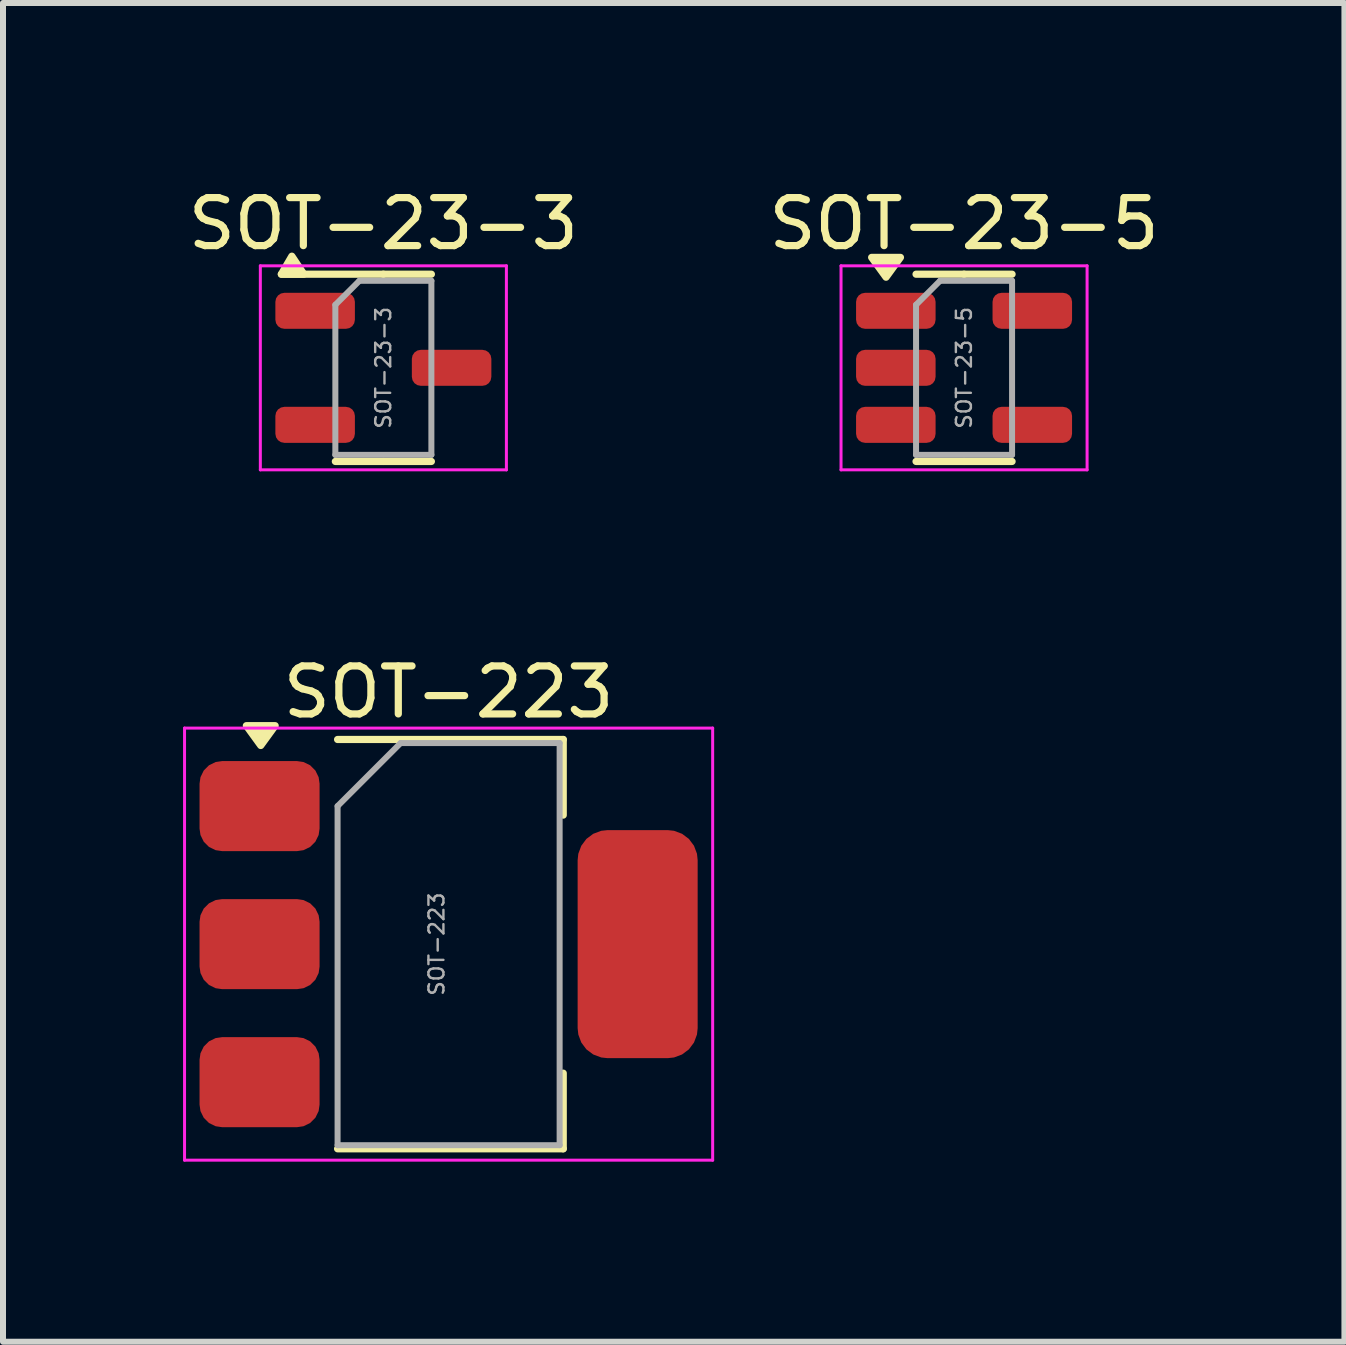
<source format=kicad_pcb>
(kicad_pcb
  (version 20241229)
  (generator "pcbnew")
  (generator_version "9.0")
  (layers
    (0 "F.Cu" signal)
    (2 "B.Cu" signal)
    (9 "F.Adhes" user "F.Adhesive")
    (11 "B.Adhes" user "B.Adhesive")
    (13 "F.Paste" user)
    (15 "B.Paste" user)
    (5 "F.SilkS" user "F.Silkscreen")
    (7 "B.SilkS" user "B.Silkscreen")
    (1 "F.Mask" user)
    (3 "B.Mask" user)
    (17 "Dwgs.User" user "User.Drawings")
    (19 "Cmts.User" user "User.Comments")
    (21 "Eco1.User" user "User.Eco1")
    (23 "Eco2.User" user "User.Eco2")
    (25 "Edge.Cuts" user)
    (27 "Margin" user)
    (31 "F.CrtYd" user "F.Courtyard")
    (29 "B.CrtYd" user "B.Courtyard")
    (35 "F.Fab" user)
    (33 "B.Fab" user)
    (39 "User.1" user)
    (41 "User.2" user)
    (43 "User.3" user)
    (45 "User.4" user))
  (footprint "SOT-223"
    (layer "F.Cu")
    (at 4.425 12.682)
    (property "Reference" "SOT-223" (at 0 -4.2 0) (layer "F.SilkS") (effects (font (size 0.8 0.8) (thickness 0.12))))
    (attr smd)
    (fp_line (start -1.85 -3.41) (end 1.91 -3.41) (stroke (width 0.12) (type solid)) (layer "F.SilkS"))
    (fp_line (start -1.85 3.41) (end 1.91 3.41) (stroke (width 0.12) (type solid)) (layer "F.SilkS"))
    (fp_line (start 1.91 -3.41) (end 1.91 -2.15) (stroke (width 0.12) (type solid)) (layer "F.SilkS"))
    (fp_line (start 1.91 3.41) (end 1.91 2.15) (stroke (width 0.12) (type solid)) (layer "F.SilkS"))
    (fp_poly (pts (xy -3.13 -3.31) (xy -3.37 -3.64) (xy -2.89 -3.64) (xy -3.13 -3.31)) (stroke (width 0.12) (type solid)) (fill yes) (layer "F.SilkS"))
    (fp_line (start -4.4 -3.6) (end -4.4 3.6) (stroke (width 0.05) (type solid)) (layer "F.CrtYd"))
    (fp_line (start -4.4 3.6) (end 4.4 3.6) (stroke (width 0.05) (type solid)) (layer "F.CrtYd"))
    (fp_line (start 4.4 -3.6) (end -4.4 -3.6) (stroke (width 0.05) (type solid)) (layer "F.CrtYd"))
    (fp_line (start 4.4 3.6) (end 4.4 -3.6) (stroke (width 0.05) (type solid)) (layer "F.CrtYd"))
    (fp_line (start -1.85 -2.3) (end -1.85 3.35) (stroke (width 0.1) (type solid)) (layer "F.Fab"))
    (fp_line (start -1.85 -2.3) (end -0.8 -3.35) (stroke (width 0.1) (type solid)) (layer "F.Fab"))
    (fp_line (start -1.85 3.35) (end 1.85 3.35) (stroke (width 0.1) (type solid)) (layer "F.Fab"))
    (fp_line (start -0.8 -3.35) (end 1.85 -3.35) (stroke (width 0.1) (type solid)) (layer "F.Fab"))
    (fp_line (start 1.85 -3.35) (end 1.85 3.35) (stroke (width 0.1) (type solid)) (layer "F.Fab"))
    (fp_text user "${REFERENCE}" (at -0.2 0 90) (layer "F.Fab") (effects (font (size 0.25 0.25) (thickness 0.04))))
    (pad "1" smd roundrect (at -3.15 -2.3) (size 2 1.5) (layers "F.Cu" "F.Mask" "F.Paste") (roundrect_rratio 0.25))
    (pad "2" smd roundrect (at -3.15 0) (size 2 1.5) (layers "F.Cu" "F.Mask" "F.Paste") (roundrect_rratio 0.25))
    (pad "3" smd roundrect (at -3.15 2.3) (size 2 1.5) (layers "F.Cu" "F.Mask" "F.Paste") (roundrect_rratio 0.25))
    (pad "4" smd roundrect (at 3.15 0) (size 2 3.8) (layers "F.Cu" "F.Mask" "F.Paste") (roundrect_rratio 0.25)))
  (footprint "SOT-23-3"
    (layer "F.Cu")
    (at 3.338 3.079)
    (property "Reference" "SOT-23-3" (at 0 -2.4 0) (layer "F.SilkS") (effects (font (size 0.8 0.8) (thickness 0.12))))
    (attr smd)
    (fp_line (start 0 -1.56) (end -1.7 -1.56) (stroke (width 0.12) (type solid)) (layer "F.SilkS"))
    (fp_line (start 0 -1.56) (end 0.8 -1.56) (stroke (width 0.12) (type solid)) (layer "F.SilkS"))
    (fp_line (start 0 1.56) (end -0.8 1.56) (stroke (width 0.12) (type solid)) (layer "F.SilkS"))
    (fp_line (start 0 1.56) (end 0.8 1.56) (stroke (width 0.12) (type solid)) (layer "F.SilkS"))
    (fp_poly (pts (xy -1.7 -1.56) (xy -1.525 -1.86) (xy -1.325 -1.56)) (stroke (width 0.12) (type solid)) (fill yes) (layer "F.SilkS"))
    (fp_line (start -2.05 -1.7) (end -2.05 1.7) (stroke (width 0.05) (type solid)) (layer "F.CrtYd"))
    (fp_line (start -2.05 1.7) (end 2.05 1.7) (stroke (width 0.05) (type solid)) (layer "F.CrtYd"))
    (fp_line (start 2.05 -1.7) (end -2.05 -1.7) (stroke (width 0.05) (type solid)) (layer "F.CrtYd"))
    (fp_line (start 2.05 1.7) (end 2.05 -1.7) (stroke (width 0.05) (type solid)) (layer "F.CrtYd"))
    (fp_line (start -0.8 -1.05) (end -0.4 -1.45) (stroke (width 0.1) (type solid)) (layer "F.Fab"))
    (fp_line (start -0.8 1.45) (end -0.8 -1.05) (stroke (width 0.1) (type solid)) (layer "F.Fab"))
    (fp_line (start -0.4 -1.45) (end 0.8 -1.45) (stroke (width 0.1) (type solid)) (layer "F.Fab"))
    (fp_line (start 0.8 -1.45) (end 0.8 1.45) (stroke (width 0.1) (type solid)) (layer "F.Fab"))
    (fp_line (start 0.8 1.45) (end -0.8 1.45) (stroke (width 0.1) (type solid)) (layer "F.Fab"))
    (fp_text user "${REFERENCE}" (at 0 0 90) (layer "F.Fab") (effects (font (size 0.25 0.25) (thickness 0.04))))
    (pad "1" smd roundrect (at -1.137 -0.95) (size 1.325 0.6) (layers "F.Cu" "F.Mask" "F.Paste") (roundrect_rratio 0.25))
    (pad "2" smd roundrect (at -1.137 0.95) (size 1.325 0.6) (layers "F.Cu" "F.Mask" "F.Paste") (roundrect_rratio 0.25))
    (pad "3" smd roundrect (at 1.137 0) (size 1.325 0.6) (layers "F.Cu" "F.Mask" "F.Paste") (roundrect_rratio 0.25)))
  (footprint "SOT-23-5"
    (layer "F.Cu")
    (at 13.014 3.079)
    (property "Reference" "SOT-23-5" (at 0 -2.4 0) (layer "F.SilkS") (effects (font (size 0.8 0.8) (thickness 0.12))))
    (attr smd)
    (fp_line (start 0 -1.56) (end -0.8 -1.56) (stroke (width 0.12) (type solid)) (layer "F.SilkS"))
    (fp_line (start 0 -1.56) (end 0.8 -1.56) (stroke (width 0.12) (type solid)) (layer "F.SilkS"))
    (fp_line (start 0 1.56) (end -0.8 1.56) (stroke (width 0.12) (type solid)) (layer "F.SilkS"))
    (fp_line (start 0 1.56) (end 0.8 1.56) (stroke (width 0.12) (type solid)) (layer "F.SilkS"))
    (fp_poly (pts (xy -1.3 -1.51) (xy -1.54 -1.84) (xy -1.06 -1.84) (xy -1.3 -1.51)) (stroke (width 0.12) (type solid)) (fill yes) (layer "F.SilkS"))
    (fp_line (start -2.05 -1.7) (end -2.05 1.7) (stroke (width 0.05) (type solid)) (layer "F.CrtYd"))
    (fp_line (start -2.05 1.7) (end 2.05 1.7) (stroke (width 0.05) (type solid)) (layer "F.CrtYd"))
    (fp_line (start 2.05 -1.7) (end -2.05 -1.7) (stroke (width 0.05) (type solid)) (layer "F.CrtYd"))
    (fp_line (start 2.05 1.7) (end 2.05 -1.7) (stroke (width 0.05) (type solid)) (layer "F.CrtYd"))
    (fp_line (start -0.8 -1.05) (end -0.4 -1.45) (stroke (width 0.1) (type solid)) (layer "F.Fab"))
    (fp_line (start -0.8 1.45) (end -0.8 -1.05) (stroke (width 0.1) (type solid)) (layer "F.Fab"))
    (fp_line (start -0.4 -1.45) (end 0.8 -1.45) (stroke (width 0.1) (type solid)) (layer "F.Fab"))
    (fp_line (start 0.8 -1.45) (end 0.8 1.45) (stroke (width 0.1) (type solid)) (layer "F.Fab"))
    (fp_line (start 0.8 1.45) (end -0.8 1.45) (stroke (width 0.1) (type solid)) (layer "F.Fab"))
    (fp_text user "${REFERENCE}" (at 0 0 90) (layer "F.Fab") (effects (font (size 0.25 0.25) (thickness 0.04))))
    (pad "1" smd roundrect (at -1.137 -0.95) (size 1.325 0.6) (layers "F.Cu" "F.Mask" "F.Paste") (roundrect_rratio 0.25))
    (pad "2" smd roundrect (at -1.137 0) (size 1.325 0.6) (layers "F.Cu" "F.Mask" "F.Paste") (roundrect_rratio 0.25))
    (pad "3" smd roundrect (at -1.137 0.95) (size 1.325 0.6) (layers "F.Cu" "F.Mask" "F.Paste") (roundrect_rratio 0.25))
    (pad "4" smd roundrect (at 1.137 0.95) (size 1.325 0.6) (layers "F.Cu" "F.Mask" "F.Paste") (roundrect_rratio 0.25))
    (pad "5" smd roundrect (at 1.137 -0.95) (size 1.325 0.6) (layers "F.Cu" "F.Mask" "F.Paste") (roundrect_rratio 0.25)))
  (gr_rect
    (start -3 -3)
    (end 19.352 19.307)
    (stroke (width 0.1) (type default))
    (fill no)
    (layer "Edge.Cuts")))
</source>
